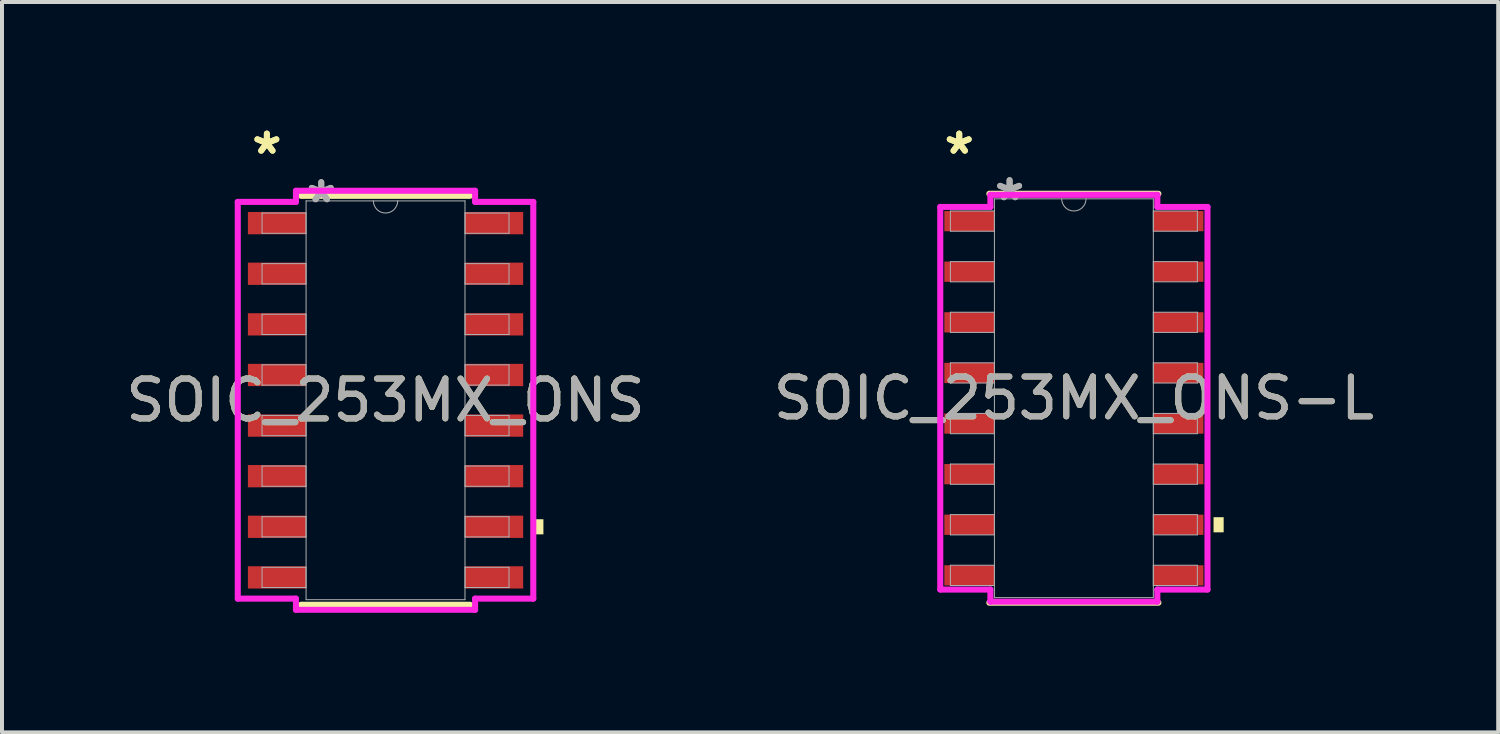
<source format=kicad_pcb>
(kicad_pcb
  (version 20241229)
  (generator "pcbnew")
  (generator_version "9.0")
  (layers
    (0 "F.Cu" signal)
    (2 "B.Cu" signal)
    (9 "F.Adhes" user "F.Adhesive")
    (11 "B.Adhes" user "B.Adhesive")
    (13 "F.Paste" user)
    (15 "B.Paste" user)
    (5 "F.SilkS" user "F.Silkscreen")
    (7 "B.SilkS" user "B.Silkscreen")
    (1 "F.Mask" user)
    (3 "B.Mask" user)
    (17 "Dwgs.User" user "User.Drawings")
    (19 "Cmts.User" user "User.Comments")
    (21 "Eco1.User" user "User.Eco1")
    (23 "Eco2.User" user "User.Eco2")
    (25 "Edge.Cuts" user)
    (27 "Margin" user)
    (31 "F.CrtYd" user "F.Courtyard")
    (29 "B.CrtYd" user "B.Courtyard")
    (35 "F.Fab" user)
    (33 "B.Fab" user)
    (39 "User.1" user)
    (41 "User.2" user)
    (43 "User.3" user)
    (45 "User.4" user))
  (footprint "SOIC_253MX_ONS-L"
    (layer "F.Cu")
    (at 23.899 6.944)
    (property "Reference" "SOIC_253MX_ONS-L" (at 0 0 0) (unlocked yes) (layer "F.SilkS") (effects (font (size 1 1) (thickness 0.15))))
    (attr smd)
    (fp_line (start -2.121 5.131) (end 2.121 5.131) (stroke (width 0.152) (type solid)) (layer "F.SilkS"))
    (fp_line (start 2.121 -5.131) (end -2.121 -5.131) (stroke (width 0.152) (type solid)) (layer "F.SilkS"))
    (fp_poly (pts (xy 3.759 2.985) (xy 3.759 3.365) (xy 3.505 3.365) (xy 3.505 2.985)) (stroke (width 0) (type solid)) (fill yes) (layer "F.SilkS"))
    (fp_line (start -3.353 -4.801) (end -2.095 -4.801) (stroke (width 0.152) (type solid)) (layer "F.CrtYd"))
    (fp_line (start -3.353 4.801) (end -3.353 -4.801) (stroke (width 0.152) (type solid)) (layer "F.CrtYd"))
    (fp_line (start -3.353 4.801) (end -2.095 4.801) (stroke (width 0.152) (type solid)) (layer "F.CrtYd"))
    (fp_line (start -2.095 -5.105) (end 2.095 -5.105) (stroke (width 0.152) (type solid)) (layer "F.CrtYd"))
    (fp_line (start -2.095 -4.801) (end -2.095 -5.105) (stroke (width 0.152) (type solid)) (layer "F.CrtYd"))
    (fp_line (start -2.095 5.105) (end -2.095 4.801) (stroke (width 0.152) (type solid)) (layer "F.CrtYd"))
    (fp_line (start 2.095 -5.105) (end 2.095 -4.801) (stroke (width 0.152) (type solid)) (layer "F.CrtYd"))
    (fp_line (start 2.095 4.801) (end 2.095 5.105) (stroke (width 0.152) (type solid)) (layer "F.CrtYd"))
    (fp_line (start 2.095 5.105) (end -2.095 5.105) (stroke (width 0.152) (type solid)) (layer "F.CrtYd"))
    (fp_line (start 3.353 -4.801) (end 2.095 -4.801) (stroke (width 0.152) (type solid)) (layer "F.CrtYd"))
    (fp_line (start 3.353 -4.801) (end 3.353 4.801) (stroke (width 0.152) (type solid)) (layer "F.CrtYd"))
    (fp_line (start 3.353 4.801) (end 2.095 4.801) (stroke (width 0.152) (type solid)) (layer "F.CrtYd"))
    (fp_line (start -3.099 -4.699) (end -3.099 -4.191) (stroke (width 0.025) (type solid)) (layer "F.Fab"))
    (fp_line (start -3.099 -4.191) (end -1.994 -4.191) (stroke (width 0.025) (type solid)) (layer "F.Fab"))
    (fp_line (start -3.099 -3.429) (end -3.099 -2.921) (stroke (width 0.025) (type solid)) (layer "F.Fab"))
    (fp_line (start -3.099 -2.921) (end -1.994 -2.921) (stroke (width 0.025) (type solid)) (layer "F.Fab"))
    (fp_line (start -3.099 -2.159) (end -3.099 -1.651) (stroke (width 0.025) (type solid)) (layer "F.Fab"))
    (fp_line (start -3.099 -1.651) (end -1.994 -1.651) (stroke (width 0.025) (type solid)) (layer "F.Fab"))
    (fp_line (start -3.099 -0.889) (end -3.099 -0.381) (stroke (width 0.025) (type solid)) (layer "F.Fab"))
    (fp_line (start -3.099 -0.381) (end -1.994 -0.381) (stroke (width 0.025) (type solid)) (layer "F.Fab"))
    (fp_line (start -3.099 0.381) (end -3.099 0.889) (stroke (width 0.025) (type solid)) (layer "F.Fab"))
    (fp_line (start -3.099 0.889) (end -1.994 0.889) (stroke (width 0.025) (type solid)) (layer "F.Fab"))
    (fp_line (start -3.099 1.651) (end -3.099 2.159) (stroke (width 0.025) (type solid)) (layer "F.Fab"))
    (fp_line (start -3.099 2.159) (end -1.994 2.159) (stroke (width 0.025) (type solid)) (layer "F.Fab"))
    (fp_line (start -3.099 2.921) (end -3.099 3.429) (stroke (width 0.025) (type solid)) (layer "F.Fab"))
    (fp_line (start -3.099 3.429) (end -1.994 3.429) (stroke (width 0.025) (type solid)) (layer "F.Fab"))
    (fp_line (start -3.099 4.191) (end -3.099 4.699) (stroke (width 0.025) (type solid)) (layer "F.Fab"))
    (fp_line (start -3.099 4.699) (end -1.994 4.699) (stroke (width 0.025) (type solid)) (layer "F.Fab"))
    (fp_line (start -1.994 -5.004) (end -1.994 5.004) (stroke (width 0.025) (type solid)) (layer "F.Fab"))
    (fp_line (start -1.994 -4.699) (end -3.099 -4.699) (stroke (width 0.025) (type solid)) (layer "F.Fab"))
    (fp_line (start -1.994 -4.191) (end -1.994 -4.699) (stroke (width 0.025) (type solid)) (layer "F.Fab"))
    (fp_line (start -1.994 -3.429) (end -3.099 -3.429) (stroke (width 0.025) (type solid)) (layer "F.Fab"))
    (fp_line (start -1.994 -2.921) (end -1.994 -3.429) (stroke (width 0.025) (type solid)) (layer "F.Fab"))
    (fp_line (start -1.994 -2.159) (end -3.099 -2.159) (stroke (width 0.025) (type solid)) (layer "F.Fab"))
    (fp_line (start -1.994 -1.651) (end -1.994 -2.159) (stroke (width 0.025) (type solid)) (layer "F.Fab"))
    (fp_line (start -1.994 -0.889) (end -3.099 -0.889) (stroke (width 0.025) (type solid)) (layer "F.Fab"))
    (fp_line (start -1.994 -0.381) (end -1.994 -0.889) (stroke (width 0.025) (type solid)) (layer "F.Fab"))
    (fp_line (start -1.994 0.381) (end -3.099 0.381) (stroke (width 0.025) (type solid)) (layer "F.Fab"))
    (fp_line (start -1.994 0.889) (end -1.994 0.381) (stroke (width 0.025) (type solid)) (layer "F.Fab"))
    (fp_line (start -1.994 1.651) (end -3.099 1.651) (stroke (width 0.025) (type solid)) (layer "F.Fab"))
    (fp_line (start -1.994 2.159) (end -1.994 1.651) (stroke (width 0.025) (type solid)) (layer "F.Fab"))
    (fp_line (start -1.994 2.921) (end -3.099 2.921) (stroke (width 0.025) (type solid)) (layer "F.Fab"))
    (fp_line (start -1.994 3.429) (end -1.994 2.921) (stroke (width 0.025) (type solid)) (layer "F.Fab"))
    (fp_line (start -1.994 4.191) (end -3.099 4.191) (stroke (width 0.025) (type solid)) (layer "F.Fab"))
    (fp_line (start -1.994 4.699) (end -1.994 4.191) (stroke (width 0.025) (type solid)) (layer "F.Fab"))
    (fp_line (start -1.994 5.004) (end 1.994 5.004) (stroke (width 0.025) (type solid)) (layer "F.Fab"))
    (fp_line (start 1.994 -5.004) (end -1.994 -5.004) (stroke (width 0.025) (type solid)) (layer "F.Fab"))
    (fp_line (start 1.994 -4.699) (end 1.994 -4.191) (stroke (width 0.025) (type solid)) (layer "F.Fab"))
    (fp_line (start 1.994 -4.191) (end 3.099 -4.191) (stroke (width 0.025) (type solid)) (layer "F.Fab"))
    (fp_line (start 1.994 -3.429) (end 1.994 -2.921) (stroke (width 0.025) (type solid)) (layer "F.Fab"))
    (fp_line (start 1.994 -2.921) (end 3.099 -2.921) (stroke (width 0.025) (type solid)) (layer "F.Fab"))
    (fp_line (start 1.994 -2.159) (end 1.994 -1.651) (stroke (width 0.025) (type solid)) (layer "F.Fab"))
    (fp_line (start 1.994 -1.651) (end 3.099 -1.651) (stroke (width 0.025) (type solid)) (layer "F.Fab"))
    (fp_line (start 1.994 -0.889) (end 1.994 -0.381) (stroke (width 0.025) (type solid)) (layer "F.Fab"))
    (fp_line (start 1.994 -0.381) (end 3.099 -0.381) (stroke (width 0.025) (type solid)) (layer "F.Fab"))
    (fp_line (start 1.994 0.381) (end 1.994 0.889) (stroke (width 0.025) (type solid)) (layer "F.Fab"))
    (fp_line (start 1.994 0.889) (end 3.099 0.889) (stroke (width 0.025) (type solid)) (layer "F.Fab"))
    (fp_line (start 1.994 1.651) (end 1.994 2.159) (stroke (width 0.025) (type solid)) (layer "F.Fab"))
    (fp_line (start 1.994 2.159) (end 3.099 2.159) (stroke (width 0.025) (type solid)) (layer "F.Fab"))
    (fp_line (start 1.994 2.921) (end 1.994 3.429) (stroke (width 0.025) (type solid)) (layer "F.Fab"))
    (fp_line (start 1.994 3.429) (end 3.099 3.429) (stroke (width 0.025) (type solid)) (layer "F.Fab"))
    (fp_line (start 1.994 4.191) (end 1.994 4.699) (stroke (width 0.025) (type solid)) (layer "F.Fab"))
    (fp_line (start 1.994 4.699) (end 3.099 4.699) (stroke (width 0.025) (type solid)) (layer "F.Fab"))
    (fp_line (start 1.994 5.004) (end 1.994 -5.004) (stroke (width 0.025) (type solid)) (layer "F.Fab"))
    (fp_line (start 3.099 -4.699) (end 1.994 -4.699) (stroke (width 0.025) (type solid)) (layer "F.Fab"))
    (fp_line (start 3.099 -4.191) (end 3.099 -4.699) (stroke (width 0.025) (type solid)) (layer "F.Fab"))
    (fp_line (start 3.099 -3.429) (end 1.994 -3.429) (stroke (width 0.025) (type solid)) (layer "F.Fab"))
    (fp_line (start 3.099 -2.921) (end 3.099 -3.429) (stroke (width 0.025) (type solid)) (layer "F.Fab"))
    (fp_line (start 3.099 -2.159) (end 1.994 -2.159) (stroke (width 0.025) (type solid)) (layer "F.Fab"))
    (fp_line (start 3.099 -1.651) (end 3.099 -2.159) (stroke (width 0.025) (type solid)) (layer "F.Fab"))
    (fp_line (start 3.099 -0.889) (end 1.994 -0.889) (stroke (width 0.025) (type solid)) (layer "F.Fab"))
    (fp_line (start 3.099 -0.381) (end 3.099 -0.889) (stroke (width 0.025) (type solid)) (layer "F.Fab"))
    (fp_line (start 3.099 0.381) (end 1.994 0.381) (stroke (width 0.025) (type solid)) (layer "F.Fab"))
    (fp_line (start 3.099 0.889) (end 3.099 0.381) (stroke (width 0.025) (type solid)) (layer "F.Fab"))
    (fp_line (start 3.099 1.651) (end 1.994 1.651) (stroke (width 0.025) (type solid)) (layer "F.Fab"))
    (fp_line (start 3.099 2.159) (end 3.099 1.651) (stroke (width 0.025) (type solid)) (layer "F.Fab"))
    (fp_line (start 3.099 2.921) (end 1.994 2.921) (stroke (width 0.025) (type solid)) (layer "F.Fab"))
    (fp_line (start 3.099 3.429) (end 3.099 2.921) (stroke (width 0.025) (type solid)) (layer "F.Fab"))
    (fp_line (start 3.099 4.191) (end 1.994 4.191) (stroke (width 0.025) (type solid)) (layer "F.Fab"))
    (fp_line (start 3.099 4.699) (end 3.099 4.191) (stroke (width 0.025) (type solid)) (layer "F.Fab"))
    (fp_arc (start 0.3048 -5.0038) (mid 0 -4.699) (end -0.3048 -5.0038) (stroke (width 0.0254) (type solid)) (layer "F.Fab"))
    (fp_text user "*" (at -2.877 -6.096 0) (layer "F.SilkS") (effects (font (size 1 1) (thickness 0.15))))
    (fp_text user "*" (at -2.877 -6.096 0) (unlocked yes) (layer "F.SilkS") (effects (font (size 1 1) (thickness 0.15))))
    (fp_text user "*" (at -1.613 -4.928 0) (unlocked yes) (layer "F.Fab") (effects (font (size 1 1) (thickness 0.15))))
    (fp_text user "${REFERENCE}" (at 0 0 0) (unlocked yes) (layer "F.Fab") (effects (font (size 1 1) (thickness 0.15))))
    (fp_text user "*" (at -1.613 -4.928 0) (layer "F.Fab") (effects (font (size 1 1) (thickness 0.15))))
    (pad "1" smd rect (at -2.623 -4.445) (size 1.257 0.508) (layers "F.Cu" "F.Mask" "F.Paste"))
    (pad "2" smd rect (at -2.623 -3.175) (size 1.257 0.508) (layers "F.Cu" "F.Mask" "F.Paste"))
    (pad "3" smd rect (at -2.623 -1.905) (size 1.257 0.508) (layers "F.Cu" "F.Mask" "F.Paste"))
    (pad "4" smd rect (at -2.623 -0.635) (size 1.257 0.508) (layers "F.Cu" "F.Mask" "F.Paste"))
    (pad "5" smd rect (at -2.623 0.635) (size 1.257 0.508) (layers "F.Cu" "F.Mask" "F.Paste"))
    (pad "6" smd rect (at -2.623 1.905) (size 1.257 0.508) (layers "F.Cu" "F.Mask" "F.Paste"))
    (pad "7" smd rect (at -2.623 3.175) (size 1.257 0.508) (layers "F.Cu" "F.Mask" "F.Paste"))
    (pad "8" smd rect (at -2.623 4.445) (size 1.257 0.508) (layers "F.Cu" "F.Mask" "F.Paste"))
    (pad "9" smd rect (at 2.623 4.445) (size 1.257 0.508) (layers "F.Cu" "F.Mask" "F.Paste"))
    (pad "10" smd rect (at 2.623 3.175) (size 1.257 0.508) (layers "F.Cu" "F.Mask" "F.Paste"))
    (pad "11" smd rect (at 2.623 1.905) (size 1.257 0.508) (layers "F.Cu" "F.Mask" "F.Paste"))
    (pad "12" smd rect (at 2.623 0.635) (size 1.257 0.508) (layers "F.Cu" "F.Mask" "F.Paste"))
    (pad "13" smd rect (at 2.623 -0.635) (size 1.257 0.508) (layers "F.Cu" "F.Mask" "F.Paste"))
    (pad "14" smd rect (at 2.623 -1.905) (size 1.257 0.508) (layers "F.Cu" "F.Mask" "F.Paste"))
    (pad "15" smd rect (at 2.623 -3.175) (size 1.257 0.508) (layers "F.Cu" "F.Mask" "F.Paste"))
    (pad "16" smd rect (at 2.623 -4.445) (size 1.257 0.508) (layers "F.Cu" "F.Mask" "F.Paste")))
  (footprint "SOIC_253MX_ONS"
    (layer "F.Cu")
    (at 6.625 6.995)
    (property "Reference" "SOIC_253MX_ONS" (at 0 0 0) (unlocked yes) (layer "F.SilkS") (effects (font (size 1 1) (thickness 0.15))))
    (attr smd)
    (fp_line (start -2.121 5.131) (end 2.121 5.131) (stroke (width 0.152) (type solid)) (layer "F.SilkS"))
    (fp_line (start 2.121 -5.131) (end -2.121 -5.131) (stroke (width 0.152) (type solid)) (layer "F.SilkS"))
    (fp_poly (pts (xy 3.962 2.985) (xy 3.962 3.365) (xy 3.708 3.365) (xy 3.708 2.985)) (stroke (width 0) (type solid)) (fill yes) (layer "F.SilkS"))
    (fp_line (start -3.708 -4.978) (end -2.248 -4.978) (stroke (width 0.152) (type solid)) (layer "F.CrtYd"))
    (fp_line (start -3.708 4.978) (end -3.708 -4.978) (stroke (width 0.152) (type solid)) (layer "F.CrtYd"))
    (fp_line (start -3.708 4.978) (end -2.248 4.978) (stroke (width 0.152) (type solid)) (layer "F.CrtYd"))
    (fp_line (start -2.248 -5.258) (end 2.248 -5.258) (stroke (width 0.152) (type solid)) (layer "F.CrtYd"))
    (fp_line (start -2.248 -4.978) (end -2.248 -5.258) (stroke (width 0.152) (type solid)) (layer "F.CrtYd"))
    (fp_line (start -2.248 5.258) (end -2.248 4.978) (stroke (width 0.152) (type solid)) (layer "F.CrtYd"))
    (fp_line (start 2.248 -5.258) (end 2.248 -4.978) (stroke (width 0.152) (type solid)) (layer "F.CrtYd"))
    (fp_line (start 2.248 4.978) (end 2.248 5.258) (stroke (width 0.152) (type solid)) (layer "F.CrtYd"))
    (fp_line (start 2.248 5.258) (end -2.248 5.258) (stroke (width 0.152) (type solid)) (layer "F.CrtYd"))
    (fp_line (start 3.708 -4.978) (end 2.248 -4.978) (stroke (width 0.152) (type solid)) (layer "F.CrtYd"))
    (fp_line (start 3.708 -4.978) (end 3.708 4.978) (stroke (width 0.152) (type solid)) (layer "F.CrtYd"))
    (fp_line (start 3.708 4.978) (end 2.248 4.978) (stroke (width 0.152) (type solid)) (layer "F.CrtYd"))
    (fp_line (start -3.099 -4.699) (end -3.099 -4.191) (stroke (width 0.025) (type solid)) (layer "F.Fab"))
    (fp_line (start -3.099 -4.191) (end -1.994 -4.191) (stroke (width 0.025) (type solid)) (layer "F.Fab"))
    (fp_line (start -3.099 -3.429) (end -3.099 -2.921) (stroke (width 0.025) (type solid)) (layer "F.Fab"))
    (fp_line (start -3.099 -2.921) (end -1.994 -2.921) (stroke (width 0.025) (type solid)) (layer "F.Fab"))
    (fp_line (start -3.099 -2.159) (end -3.099 -1.651) (stroke (width 0.025) (type solid)) (layer "F.Fab"))
    (fp_line (start -3.099 -1.651) (end -1.994 -1.651) (stroke (width 0.025) (type solid)) (layer "F.Fab"))
    (fp_line (start -3.099 -0.889) (end -3.099 -0.381) (stroke (width 0.025) (type solid)) (layer "F.Fab"))
    (fp_line (start -3.099 -0.381) (end -1.994 -0.381) (stroke (width 0.025) (type solid)) (layer "F.Fab"))
    (fp_line (start -3.099 0.381) (end -3.099 0.889) (stroke (width 0.025) (type solid)) (layer "F.Fab"))
    (fp_line (start -3.099 0.889) (end -1.994 0.889) (stroke (width 0.025) (type solid)) (layer "F.Fab"))
    (fp_line (start -3.099 1.651) (end -3.099 2.159) (stroke (width 0.025) (type solid)) (layer "F.Fab"))
    (fp_line (start -3.099 2.159) (end -1.994 2.159) (stroke (width 0.025) (type solid)) (layer "F.Fab"))
    (fp_line (start -3.099 2.921) (end -3.099 3.429) (stroke (width 0.025) (type solid)) (layer "F.Fab"))
    (fp_line (start -3.099 3.429) (end -1.994 3.429) (stroke (width 0.025) (type solid)) (layer "F.Fab"))
    (fp_line (start -3.099 4.191) (end -3.099 4.699) (stroke (width 0.025) (type solid)) (layer "F.Fab"))
    (fp_line (start -3.099 4.699) (end -1.994 4.699) (stroke (width 0.025) (type solid)) (layer "F.Fab"))
    (fp_line (start -1.994 -5.004) (end -1.994 5.004) (stroke (width 0.025) (type solid)) (layer "F.Fab"))
    (fp_line (start -1.994 -4.699) (end -3.099 -4.699) (stroke (width 0.025) (type solid)) (layer "F.Fab"))
    (fp_line (start -1.994 -4.191) (end -1.994 -4.699) (stroke (width 0.025) (type solid)) (layer "F.Fab"))
    (fp_line (start -1.994 -3.429) (end -3.099 -3.429) (stroke (width 0.025) (type solid)) (layer "F.Fab"))
    (fp_line (start -1.994 -2.921) (end -1.994 -3.429) (stroke (width 0.025) (type solid)) (layer "F.Fab"))
    (fp_line (start -1.994 -2.159) (end -3.099 -2.159) (stroke (width 0.025) (type solid)) (layer "F.Fab"))
    (fp_line (start -1.994 -1.651) (end -1.994 -2.159) (stroke (width 0.025) (type solid)) (layer "F.Fab"))
    (fp_line (start -1.994 -0.889) (end -3.099 -0.889) (stroke (width 0.025) (type solid)) (layer "F.Fab"))
    (fp_line (start -1.994 -0.381) (end -1.994 -0.889) (stroke (width 0.025) (type solid)) (layer "F.Fab"))
    (fp_line (start -1.994 0.381) (end -3.099 0.381) (stroke (width 0.025) (type solid)) (layer "F.Fab"))
    (fp_line (start -1.994 0.889) (end -1.994 0.381) (stroke (width 0.025) (type solid)) (layer "F.Fab"))
    (fp_line (start -1.994 1.651) (end -3.099 1.651) (stroke (width 0.025) (type solid)) (layer "F.Fab"))
    (fp_line (start -1.994 2.159) (end -1.994 1.651) (stroke (width 0.025) (type solid)) (layer "F.Fab"))
    (fp_line (start -1.994 2.921) (end -3.099 2.921) (stroke (width 0.025) (type solid)) (layer "F.Fab"))
    (fp_line (start -1.994 3.429) (end -1.994 2.921) (stroke (width 0.025) (type solid)) (layer "F.Fab"))
    (fp_line (start -1.994 4.191) (end -3.099 4.191) (stroke (width 0.025) (type solid)) (layer "F.Fab"))
    (fp_line (start -1.994 4.699) (end -1.994 4.191) (stroke (width 0.025) (type solid)) (layer "F.Fab"))
    (fp_line (start -1.994 5.004) (end 1.994 5.004) (stroke (width 0.025) (type solid)) (layer "F.Fab"))
    (fp_line (start 1.994 -5.004) (end -1.994 -5.004) (stroke (width 0.025) (type solid)) (layer "F.Fab"))
    (fp_line (start 1.994 -4.699) (end 1.994 -4.191) (stroke (width 0.025) (type solid)) (layer "F.Fab"))
    (fp_line (start 1.994 -4.191) (end 3.099 -4.191) (stroke (width 0.025) (type solid)) (layer "F.Fab"))
    (fp_line (start 1.994 -3.429) (end 1.994 -2.921) (stroke (width 0.025) (type solid)) (layer "F.Fab"))
    (fp_line (start 1.994 -2.921) (end 3.099 -2.921) (stroke (width 0.025) (type solid)) (layer "F.Fab"))
    (fp_line (start 1.994 -2.159) (end 1.994 -1.651) (stroke (width 0.025) (type solid)) (layer "F.Fab"))
    (fp_line (start 1.994 -1.651) (end 3.099 -1.651) (stroke (width 0.025) (type solid)) (layer "F.Fab"))
    (fp_line (start 1.994 -0.889) (end 1.994 -0.381) (stroke (width 0.025) (type solid)) (layer "F.Fab"))
    (fp_line (start 1.994 -0.381) (end 3.099 -0.381) (stroke (width 0.025) (type solid)) (layer "F.Fab"))
    (fp_line (start 1.994 0.381) (end 1.994 0.889) (stroke (width 0.025) (type solid)) (layer "F.Fab"))
    (fp_line (start 1.994 0.889) (end 3.099 0.889) (stroke (width 0.025) (type solid)) (layer "F.Fab"))
    (fp_line (start 1.994 1.651) (end 1.994 2.159) (stroke (width 0.025) (type solid)) (layer "F.Fab"))
    (fp_line (start 1.994 2.159) (end 3.099 2.159) (stroke (width 0.025) (type solid)) (layer "F.Fab"))
    (fp_line (start 1.994 2.921) (end 1.994 3.429) (stroke (width 0.025) (type solid)) (layer "F.Fab"))
    (fp_line (start 1.994 3.429) (end 3.099 3.429) (stroke (width 0.025) (type solid)) (layer "F.Fab"))
    (fp_line (start 1.994 4.191) (end 1.994 4.699) (stroke (width 0.025) (type solid)) (layer "F.Fab"))
    (fp_line (start 1.994 4.699) (end 3.099 4.699) (stroke (width 0.025) (type solid)) (layer "F.Fab"))
    (fp_line (start 1.994 5.004) (end 1.994 -5.004) (stroke (width 0.025) (type solid)) (layer "F.Fab"))
    (fp_line (start 3.099 -4.699) (end 1.994 -4.699) (stroke (width 0.025) (type solid)) (layer "F.Fab"))
    (fp_line (start 3.099 -4.191) (end 3.099 -4.699) (stroke (width 0.025) (type solid)) (layer "F.Fab"))
    (fp_line (start 3.099 -3.429) (end 1.994 -3.429) (stroke (width 0.025) (type solid)) (layer "F.Fab"))
    (fp_line (start 3.099 -2.921) (end 3.099 -3.429) (stroke (width 0.025) (type solid)) (layer "F.Fab"))
    (fp_line (start 3.099 -2.159) (end 1.994 -2.159) (stroke (width 0.025) (type solid)) (layer "F.Fab"))
    (fp_line (start 3.099 -1.651) (end 3.099 -2.159) (stroke (width 0.025) (type solid)) (layer "F.Fab"))
    (fp_line (start 3.099 -0.889) (end 1.994 -0.889) (stroke (width 0.025) (type solid)) (layer "F.Fab"))
    (fp_line (start 3.099 -0.381) (end 3.099 -0.889) (stroke (width 0.025) (type solid)) (layer "F.Fab"))
    (fp_line (start 3.099 0.381) (end 1.994 0.381) (stroke (width 0.025) (type solid)) (layer "F.Fab"))
    (fp_line (start 3.099 0.889) (end 3.099 0.381) (stroke (width 0.025) (type solid)) (layer "F.Fab"))
    (fp_line (start 3.099 1.651) (end 1.994 1.651) (stroke (width 0.025) (type solid)) (layer "F.Fab"))
    (fp_line (start 3.099 2.159) (end 3.099 1.651) (stroke (width 0.025) (type solid)) (layer "F.Fab"))
    (fp_line (start 3.099 2.921) (end 1.994 2.921) (stroke (width 0.025) (type solid)) (layer "F.Fab"))
    (fp_line (start 3.099 3.429) (end 3.099 2.921) (stroke (width 0.025) (type solid)) (layer "F.Fab"))
    (fp_line (start 3.099 4.191) (end 1.994 4.191) (stroke (width 0.025) (type solid)) (layer "F.Fab"))
    (fp_line (start 3.099 4.699) (end 3.099 4.191) (stroke (width 0.025) (type solid)) (layer "F.Fab"))
    (fp_arc (start 0.3048 -5.0038) (mid 0 -4.699) (end -0.3048 -5.0038) (stroke (width 0.0254) (type solid)) (layer "F.Fab"))
    (fp_text user "*" (at -2.978 -6.147 0) (unlocked yes) (layer "F.SilkS") (effects (font (size 1 1) (thickness 0.15))))
    (fp_text user "*" (at -2.978 -6.147 0) (layer "F.SilkS") (effects (font (size 1 1) (thickness 0.15))))
    (fp_text user "*" (at -1.613 -4.928 0) (layer "F.Fab") (effects (font (size 1 1) (thickness 0.15))))
    (fp_text user "*" (at -1.613 -4.928 0) (unlocked yes) (layer "F.Fab") (effects (font (size 1 1) (thickness 0.15))))
    (fp_text user "${REFERENCE}" (at 0 0 0) (unlocked yes) (layer "F.Fab") (effects (font (size 1 1) (thickness 0.15))))
    (pad "1" smd rect (at -2.724 -4.445) (size 1.46 0.559) (layers "F.Cu" "F.Mask" "F.Paste"))
    (pad "2" smd rect (at -2.724 -3.175) (size 1.46 0.559) (layers "F.Cu" "F.Mask" "F.Paste"))
    (pad "3" smd rect (at -2.724 -1.905) (size 1.46 0.559) (layers "F.Cu" "F.Mask" "F.Paste"))
    (pad "4" smd rect (at -2.724 -0.635) (size 1.46 0.559) (layers "F.Cu" "F.Mask" "F.Paste"))
    (pad "5" smd rect (at -2.724 0.635) (size 1.46 0.559) (layers "F.Cu" "F.Mask" "F.Paste"))
    (pad "6" smd rect (at -2.724 1.905) (size 1.46 0.559) (layers "F.Cu" "F.Mask" "F.Paste"))
    (pad "7" smd rect (at -2.724 3.175) (size 1.46 0.559) (layers "F.Cu" "F.Mask" "F.Paste"))
    (pad "8" smd rect (at -2.724 4.445) (size 1.46 0.559) (layers "F.Cu" "F.Mask" "F.Paste"))
    (pad "9" smd rect (at 2.724 4.445) (size 1.46 0.559) (layers "F.Cu" "F.Mask" "F.Paste"))
    (pad "10" smd rect (at 2.724 3.175) (size 1.46 0.559) (layers "F.Cu" "F.Mask" "F.Paste"))
    (pad "11" smd rect (at 2.724 1.905) (size 1.46 0.559) (layers "F.Cu" "F.Mask" "F.Paste"))
    (pad "12" smd rect (at 2.724 0.635) (size 1.46 0.559) (layers "F.Cu" "F.Mask" "F.Paste"))
    (pad "13" smd rect (at 2.724 -0.635) (size 1.46 0.559) (layers "F.Cu" "F.Mask" "F.Paste"))
    (pad "14" smd rect (at 2.724 -1.905) (size 1.46 0.559) (layers "F.Cu" "F.Mask" "F.Paste"))
    (pad "15" smd rect (at 2.724 -3.175) (size 1.46 0.559) (layers "F.Cu" "F.Mask" "F.Paste"))
    (pad "16" smd rect (at 2.724 -4.445) (size 1.46 0.559) (layers "F.Cu" "F.Mask" "F.Paste")))
  (gr_rect
    (start -3 -3)
    (end 34.548 15.329)
    (stroke (width 0.1) (type default))
    (fill no)
    (layer "Edge.Cuts")))
</source>
